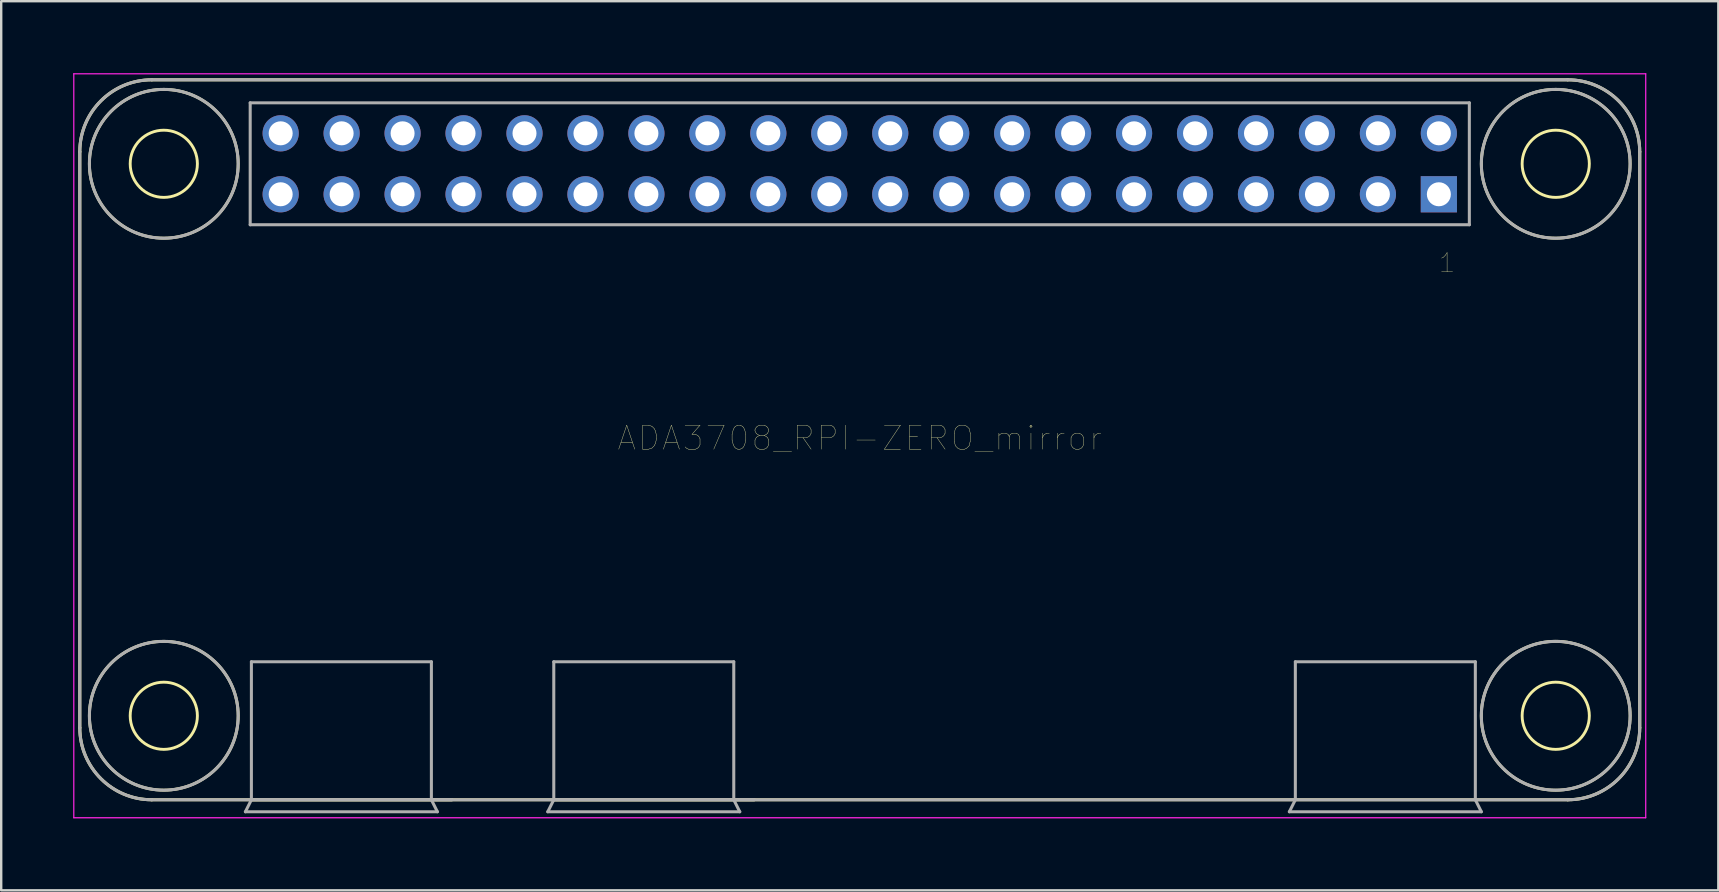
<source format=kicad_pcb>
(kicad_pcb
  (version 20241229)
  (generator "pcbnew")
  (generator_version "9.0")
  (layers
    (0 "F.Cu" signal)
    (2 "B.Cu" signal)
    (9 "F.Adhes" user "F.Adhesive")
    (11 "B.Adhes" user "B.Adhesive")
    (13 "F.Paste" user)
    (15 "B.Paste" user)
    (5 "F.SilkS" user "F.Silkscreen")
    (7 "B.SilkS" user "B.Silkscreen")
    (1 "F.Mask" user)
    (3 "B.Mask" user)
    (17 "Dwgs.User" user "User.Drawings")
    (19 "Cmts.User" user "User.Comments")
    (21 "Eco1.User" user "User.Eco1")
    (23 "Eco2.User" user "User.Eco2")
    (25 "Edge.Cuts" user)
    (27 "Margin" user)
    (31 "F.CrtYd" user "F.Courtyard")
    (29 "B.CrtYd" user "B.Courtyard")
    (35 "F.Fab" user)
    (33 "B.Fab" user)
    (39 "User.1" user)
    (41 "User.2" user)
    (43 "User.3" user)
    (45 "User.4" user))
  (footprint "ADA3708_RPI-ZERO_mirror"
    (layer "F.Cu")
    (at 32.775 3.775)
    (property "Reference" "ADA3708_RPI-ZERO_mirror" (at 0 11.43 0) (layer "F.SilkS") (effects (font (size 1.002 1.002) (thickness 0.015))))
    (attr through_hole)
    (fp_line (start -32.5 23.5) (end -32.5 -0.5) (stroke (width 0.127) (type solid)) (layer "F.SilkS"))
    (fp_line (start -29.5 -3.5) (end 29.5 -3.5) (stroke (width 0.127) (type solid)) (layer "F.SilkS"))
    (fp_line (start -17 26.5) (end -25.35 26.5) (stroke (width 0.127) (type solid)) (layer "F.SilkS"))
    (fp_line (start -4.4 26.5) (end -12.75 26.5) (stroke (width 0.127) (type solid)) (layer "F.SilkS"))
    (fp_line (start 29.5 26.5) (end -29.5 26.5) (stroke (width 0.127) (type solid)) (layer "F.SilkS"))
    (fp_line (start 32.5 -0.5) (end 32.5 23.5) (stroke (width 0.127) (type solid)) (layer "F.SilkS"))
    (fp_arc (start -32.5 -0.5) (mid -31.62132 -2.62132) (end -29.5 -3.5) (stroke (width 0.127) (type solid)) (layer "F.SilkS"))
    (fp_arc (start -29.5 26.5) (mid -31.62132 25.62132) (end -32.5 23.5) (stroke (width 0.127) (type solid)) (layer "F.SilkS"))
    (fp_arc (start 29.5 -3.5) (mid 31.62132 -2.62132) (end 32.5 -0.5) (stroke (width 0.127) (type solid)) (layer "F.SilkS"))
    (fp_arc (start 32.5 23.5) (mid 31.62132 25.62132) (end 29.5 26.5) (stroke (width 0.127) (type solid)) (layer "F.SilkS"))
    (fp_circle (center -29 0) (end -29 -3.1) (stroke (width 0.12) (type solid)) (fill no) (layer "F.SilkS"))
    (fp_circle (center -29 0) (end -29 -1.4) (stroke (width 0.12) (type solid)) (fill no) (layer "F.SilkS"))
    (fp_circle (center -29 23) (end -29 19.9) (stroke (width 0.12) (type solid)) (fill no) (layer "F.SilkS"))
    (fp_circle (center -29 23) (end -29 21.6) (stroke (width 0.12) (type solid)) (fill no) (layer "F.SilkS"))
    (fp_circle (center 29 0) (end 29 -3.1) (stroke (width 0.12) (type solid)) (fill no) (layer "F.SilkS"))
    (fp_circle (center 29 0) (end 29 -1.4) (stroke (width 0.12) (type solid)) (fill no) (layer "F.SilkS"))
    (fp_circle (center 29 23) (end 29 21.6) (stroke (width 0.12) (type solid)) (fill no) (layer "F.SilkS"))
    (fp_circle (center 29 23) (end 29.1 19.9) (stroke (width 0.12) (type solid)) (fill no) (layer "F.SilkS"))
    (fp_line (start -32.75 -3.75) (end -32.75 27.25) (stroke (width 0.05) (type solid)) (layer "F.CrtYd"))
    (fp_line (start -32.75 27.25) (end 32.75 27.25) (stroke (width 0.05) (type solid)) (layer "F.CrtYd"))
    (fp_line (start 32.75 -3.75) (end -32.75 -3.75) (stroke (width 0.05) (type solid)) (layer "F.CrtYd"))
    (fp_line (start 32.75 27.25) (end 32.75 -3.75) (stroke (width 0.05) (type solid)) (layer "F.CrtYd"))
    (fp_line (start -32.5 23.5) (end -32.5 -0.5) (stroke (width 0.127) (type solid)) (layer "F.Fab"))
    (fp_line (start -29.5 -3.5) (end 29.5 -3.5) (stroke (width 0.127) (type solid)) (layer "F.Fab"))
    (fp_line (start -25.6 27) (end -25.35 26.5) (stroke (width 0.127) (type solid)) (layer "F.Fab"))
    (fp_line (start -25.4 -2.54) (end 25.4 -2.54) (stroke (width 0.127) (type solid)) (layer "F.Fab"))
    (fp_line (start -25.4 2.54) (end -25.4 -2.54) (stroke (width 0.127) (type solid)) (layer "F.Fab"))
    (fp_line (start -25.35 20.75) (end -25.35 26.5) (stroke (width 0.127) (type solid)) (layer "F.Fab"))
    (fp_line (start -17.85 20.75) (end -25.35 20.75) (stroke (width 0.127) (type solid)) (layer "F.Fab"))
    (fp_line (start -17.85 26.5) (end -25.35 26.5) (stroke (width 0.127) (type solid)) (layer "F.Fab"))
    (fp_line (start -17.85 26.5) (end -17.85 20.75) (stroke (width 0.127) (type solid)) (layer "F.Fab"))
    (fp_line (start -17.85 26.5) (end -17.6 27) (stroke (width 0.127) (type solid)) (layer "F.Fab"))
    (fp_line (start -17.6 27) (end -25.6 27) (stroke (width 0.127) (type solid)) (layer "F.Fab"))
    (fp_line (start -17 26.5) (end -17.85 26.5) (stroke (width 0.127) (type solid)) (layer "F.Fab"))
    (fp_line (start -13 27) (end -12.75 26.5) (stroke (width 0.127) (type solid)) (layer "F.Fab"))
    (fp_line (start -12.75 20.75) (end -12.75 26.5) (stroke (width 0.127) (type solid)) (layer "F.Fab"))
    (fp_line (start -5.25 20.75) (end -12.75 20.75) (stroke (width 0.127) (type solid)) (layer "F.Fab"))
    (fp_line (start -5.25 26.5) (end -12.75 26.5) (stroke (width 0.127) (type solid)) (layer "F.Fab"))
    (fp_line (start -5.25 26.5) (end -5.25 20.75) (stroke (width 0.127) (type solid)) (layer "F.Fab"))
    (fp_line (start -5.25 26.5) (end -5 27) (stroke (width 0.127) (type solid)) (layer "F.Fab"))
    (fp_line (start -5 27) (end -13 27) (stroke (width 0.127) (type solid)) (layer "F.Fab"))
    (fp_line (start -4.4 26.5) (end -5.25 26.5) (stroke (width 0.127) (type solid)) (layer "F.Fab"))
    (fp_line (start 17.9 27) (end 18.15 26.5) (stroke (width 0.127) (type solid)) (layer "F.Fab"))
    (fp_line (start 18.15 20.75) (end 18.15 26.5) (stroke (width 0.127) (type solid)) (layer "F.Fab"))
    (fp_line (start 18.15 26.5) (end -29.5 26.5) (stroke (width 0.127) (type solid)) (layer "F.Fab"))
    (fp_line (start 25.4 -2.54) (end 25.4 2.54) (stroke (width 0.127) (type solid)) (layer "F.Fab"))
    (fp_line (start 25.4 2.54) (end -25.4 2.54) (stroke (width 0.127) (type solid)) (layer "F.Fab"))
    (fp_line (start 25.65 20.75) (end 18.15 20.75) (stroke (width 0.127) (type solid)) (layer "F.Fab"))
    (fp_line (start 25.65 26.5) (end 18.15 26.5) (stroke (width 0.127) (type solid)) (layer "F.Fab"))
    (fp_line (start 25.65 26.5) (end 25.65 20.75) (stroke (width 0.127) (type solid)) (layer "F.Fab"))
    (fp_line (start 25.65 26.5) (end 25.9 27) (stroke (width 0.127) (type solid)) (layer "F.Fab"))
    (fp_line (start 25.9 27) (end 17.9 27) (stroke (width 0.127) (type solid)) (layer "F.Fab"))
    (fp_line (start 29.5 26.5) (end 25.65 26.5) (stroke (width 0.127) (type solid)) (layer "F.Fab"))
    (fp_line (start 32.5 -0.5) (end 32.5 23.5) (stroke (width 0.127) (type solid)) (layer "F.Fab"))
    (fp_arc (start -32.5 -0.5) (mid -31.62132 -2.62132) (end -29.5 -3.5) (stroke (width 0.127) (type solid)) (layer "F.Fab"))
    (fp_arc (start -29.5 26.5) (mid -31.62132 25.62132) (end -32.5 23.5) (stroke (width 0.127) (type solid)) (layer "F.Fab"))
    (fp_arc (start 29.5 -3.5) (mid 31.62132 -2.62132) (end 32.5 -0.5) (stroke (width 0.127) (type solid)) (layer "F.Fab"))
    (fp_arc (start 32.5 23.5) (mid 31.62132 25.62132) (end 29.5 26.5) (stroke (width 0.127) (type solid)) (layer "F.Fab"))
    (fp_circle (center -29 0) (end -32.1 0) (stroke (width 0.127) (type solid)) (fill no) (layer "F.Fab"))
    (fp_circle (center -29 23) (end -32.1 23) (stroke (width 0.127) (type solid)) (fill no) (layer "F.Fab"))
    (fp_circle (center 29 0) (end 25.9 0) (stroke (width 0.127) (type solid)) (fill no) (layer "F.Fab"))
    (fp_circle (center 29 23) (end 25.9 23) (stroke (width 0.127) (type solid)) (fill no) (layer "F.Fab"))
    (fp_text user "1" (at 24.473 4.132 0) (layer "F.SilkS") (effects (font (size 0.801 0.801) (thickness 0.015))))
    (pad "1" thru_hole rect (at 24.13 1.27) (size 1.508 1.508) (drill 1) (layers "*.Cu" "*.Mask"))
    (pad "2" thru_hole circle (at 24.13 -1.27) (size 1.508 1.508) (drill 1) (layers "*.Cu" "*.Mask"))
    (pad "3" thru_hole circle (at 21.59 1.27) (size 1.508 1.508) (drill 1) (layers "*.Cu" "*.Mask"))
    (pad "4" thru_hole circle (at 21.59 -1.27) (size 1.508 1.508) (drill 1) (layers "*.Cu" "*.Mask"))
    (pad "5" thru_hole circle (at 19.05 1.27) (size 1.508 1.508) (drill 1) (layers "*.Cu" "*.Mask"))
    (pad "6" thru_hole circle (at 19.05 -1.27) (size 1.508 1.508) (drill 1) (layers "*.Cu" "*.Mask"))
    (pad "7" thru_hole circle (at 16.51 1.27) (size 1.508 1.508) (drill 1) (layers "*.Cu" "*.Mask"))
    (pad "8" thru_hole circle (at 16.51 -1.27) (size 1.508 1.508) (drill 1) (layers "*.Cu" "*.Mask"))
    (pad "9" thru_hole circle (at 13.97 1.27) (size 1.508 1.508) (drill 1) (layers "*.Cu" "*.Mask"))
    (pad "10" thru_hole circle (at 13.97 -1.27) (size 1.508 1.508) (drill 1) (layers "*.Cu" "*.Mask"))
    (pad "11" thru_hole circle (at 11.43 1.27) (size 1.508 1.508) (drill 1) (layers "*.Cu" "*.Mask"))
    (pad "12" thru_hole circle (at 11.43 -1.27) (size 1.508 1.508) (drill 1) (layers "*.Cu" "*.Mask"))
    (pad "13" thru_hole circle (at 8.89 1.27) (size 1.508 1.508) (drill 1) (layers "*.Cu" "*.Mask"))
    (pad "14" thru_hole circle (at 8.89 -1.27) (size 1.508 1.508) (drill 1) (layers "*.Cu" "*.Mask"))
    (pad "15" thru_hole circle (at 6.35 1.27) (size 1.508 1.508) (drill 1) (layers "*.Cu" "*.Mask"))
    (pad "16" thru_hole circle (at 6.35 -1.27) (size 1.508 1.508) (drill 1) (layers "*.Cu" "*.Mask"))
    (pad "17" thru_hole circle (at 3.81 1.27) (size 1.508 1.508) (drill 1) (layers "*.Cu" "*.Mask"))
    (pad "18" thru_hole circle (at 3.81 -1.27) (size 1.508 1.508) (drill 1) (layers "*.Cu" "*.Mask"))
    (pad "19" thru_hole circle (at 1.27 1.27) (size 1.508 1.508) (drill 1) (layers "*.Cu" "*.Mask"))
    (pad "20" thru_hole circle (at 1.27 -1.27) (size 1.508 1.508) (drill 1) (layers "*.Cu" "*.Mask"))
    (pad "21" thru_hole circle (at -1.27 1.27) (size 1.508 1.508) (drill 1) (layers "*.Cu" "*.Mask"))
    (pad "22" thru_hole circle (at -1.27 -1.27) (size 1.508 1.508) (drill 1) (layers "*.Cu" "*.Mask"))
    (pad "23" thru_hole circle (at -3.81 1.27) (size 1.508 1.508) (drill 1) (layers "*.Cu" "*.Mask"))
    (pad "24" thru_hole circle (at -3.81 -1.27) (size 1.508 1.508) (drill 1) (layers "*.Cu" "*.Mask"))
    (pad "25" thru_hole circle (at -6.35 1.27) (size 1.508 1.508) (drill 1) (layers "*.Cu" "*.Mask"))
    (pad "26" thru_hole circle (at -6.35 -1.27) (size 1.508 1.508) (drill 1) (layers "*.Cu" "*.Mask"))
    (pad "27" thru_hole circle (at -8.89 1.27) (size 1.508 1.508) (drill 1) (layers "*.Cu" "*.Mask"))
    (pad "28" thru_hole circle (at -8.89 -1.27) (size 1.508 1.508) (drill 1) (layers "*.Cu" "*.Mask"))
    (pad "29" thru_hole circle (at -11.43 1.27) (size 1.508 1.508) (drill 1) (layers "*.Cu" "*.Mask"))
    (pad "30" thru_hole circle (at -11.43 -1.27) (size 1.508 1.508) (drill 1) (layers "*.Cu" "*.Mask"))
    (pad "31" thru_hole circle (at -13.97 1.27) (size 1.508 1.508) (drill 1) (layers "*.Cu" "*.Mask"))
    (pad "32" thru_hole circle (at -13.97 -1.27) (size 1.508 1.508) (drill 1) (layers "*.Cu" "*.Mask"))
    (pad "33" thru_hole circle (at -16.51 1.27) (size 1.508 1.508) (drill 1) (layers "*.Cu" "*.Mask"))
    (pad "34" thru_hole circle (at -16.51 -1.27) (size 1.508 1.508) (drill 1) (layers "*.Cu" "*.Mask"))
    (pad "35" thru_hole circle (at -19.05 1.27) (size 1.508 1.508) (drill 1) (layers "*.Cu" "*.Mask"))
    (pad "36" thru_hole circle (at -19.05 -1.27) (size 1.508 1.508) (drill 1) (layers "*.Cu" "*.Mask"))
    (pad "37" thru_hole circle (at -21.59 1.27) (size 1.508 1.508) (drill 1) (layers "*.Cu" "*.Mask"))
    (pad "38" thru_hole circle (at -21.59 -1.27) (size 1.508 1.508) (drill 1) (layers "*.Cu" "*.Mask"))
    (pad "39" thru_hole circle (at -24.13 1.27) (size 1.508 1.508) (drill 1) (layers "*.Cu" "*.Mask"))
    (pad "40" thru_hole circle (at -24.13 -1.27) (size 1.508 1.508) (drill 1) (layers "*.Cu" "*.Mask")))
  (gr_rect
    (start -3 -3)
    (end 68.55 34.05)
    (stroke (width 0.1) (type default))
    (fill no)
    (layer "Edge.Cuts")))
</source>
